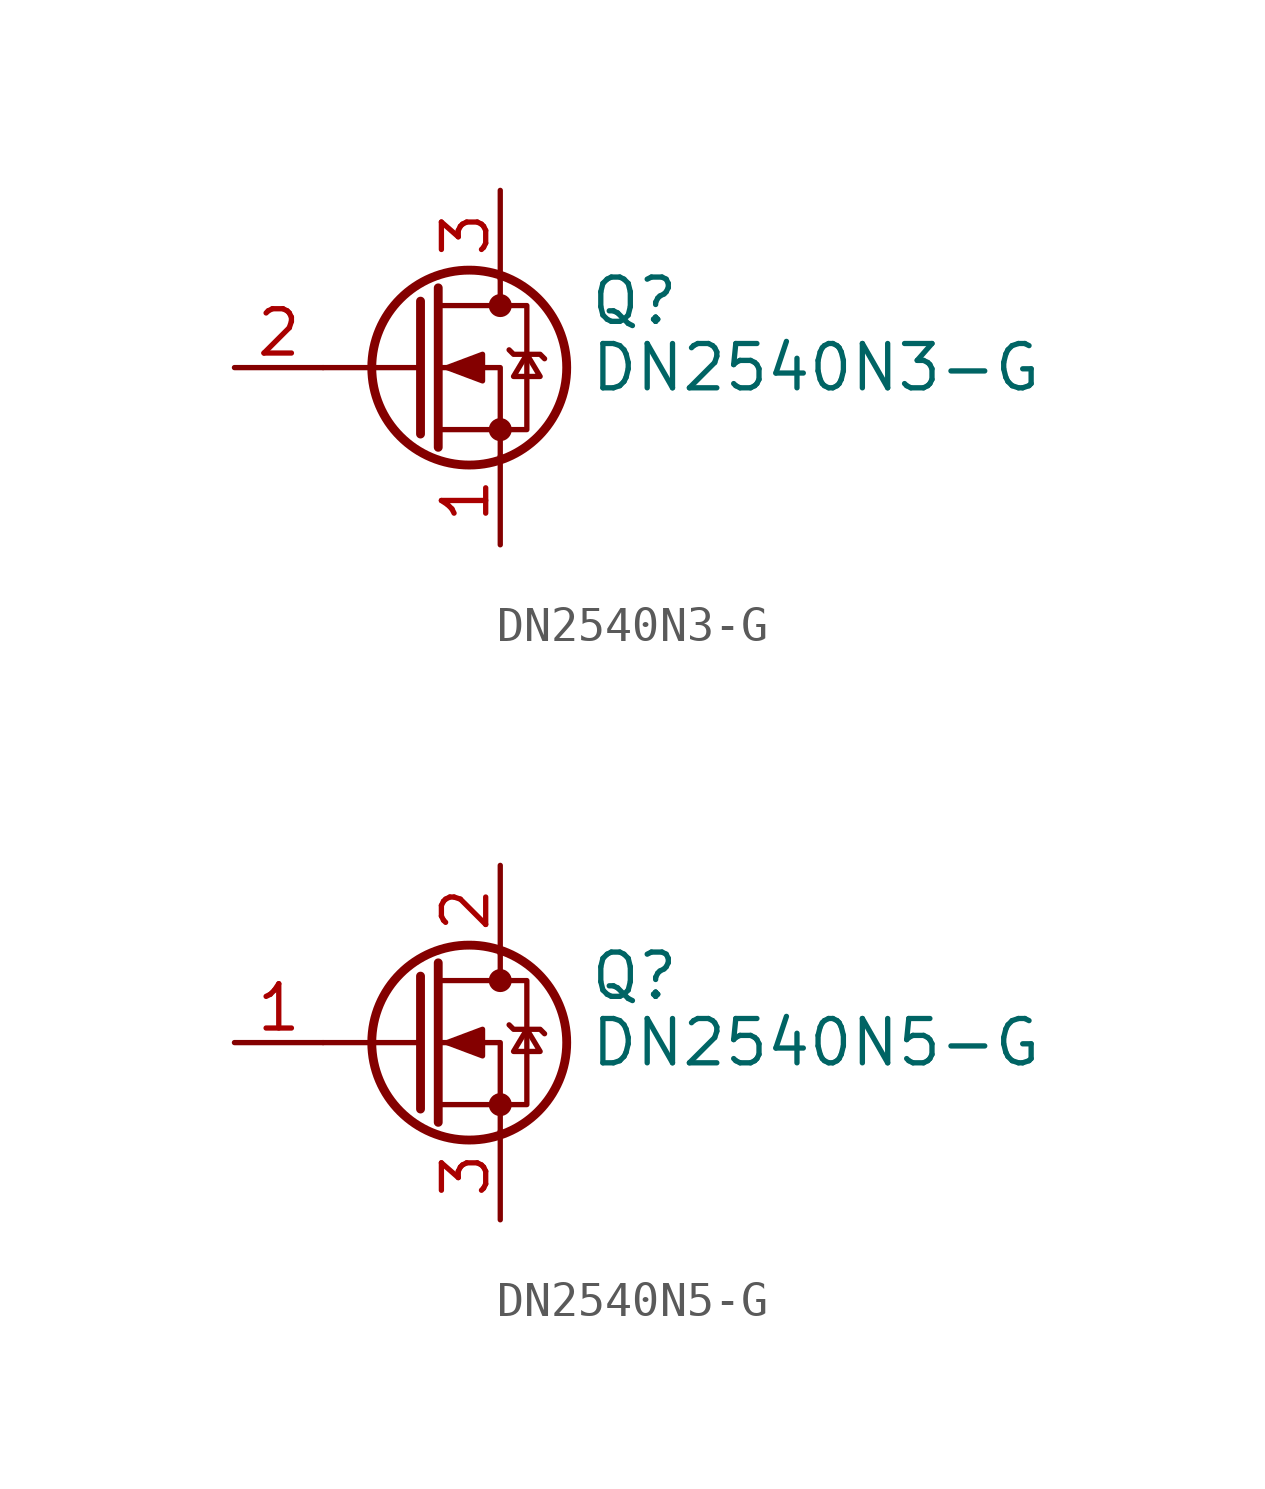
<source format=kicad_sym>
(kicad_symbol_lib
  (version 20231120)
  (generator "kicad_symbol_editor")
  (generator_version "8.0")
  (symbol "DN2540N3-G"
    (pin_names
      (offset 0) hide)
    (property "Reference" "Q"
      (at 5.08 1.905 0)
      (effects (font (size 1.27 1.27)) (justify left)))
    (property "Value" "DN2540N3-G"
      (at 5.08 0 0)
      (effects (font (size 1.27 1.27)) (justify left)))
    (symbol "DN2540N3-G_0_1"
      (polyline (pts (xy 0.254 0) (xy -2.54 0)) (stroke (width 0) (type default)) (fill (type none)))
      (polyline (pts (xy 0.254 1.905) (xy 0.254 -1.905)) (stroke (width 0.254) (type default)) (fill (type none)))
      (polyline (pts (xy 0.762 2.286) (xy 0.762 -2.286)) (stroke (width 0.254) (type default)) (fill (type none)))
      (polyline (pts (xy 2.54 2.54) (xy 2.54 1.778)) (stroke (width 0) (type default)) (fill (type none)))
      (polyline (pts (xy 2.54 -2.54) (xy 2.54 0) (xy 0.762 0)) (stroke (width 0) (type default)) (fill (type none)))
      (polyline (pts (xy 0.762 -1.778) (xy 3.302 -1.778) (xy 3.302 1.778) (xy 0.762 1.778)) (stroke (width 0) (type default)) (fill (type none)))
      (polyline (pts (xy 1.016 0) (xy 2.032 0.381) (xy 2.032 -0.381) (xy 1.016 0)) (stroke (width 0) (type default)) (fill (type outline)))
      (polyline (pts (xy 2.794 0.508) (xy 2.921 0.381) (xy 3.683 0.381) (xy 3.81 0.254)) (stroke (width 0) (type default)) (fill (type none)))
      (polyline (pts (xy 3.302 0.381) (xy 2.921 -0.254) (xy 3.683 -0.254) (xy 3.302 0.381)) (stroke (width 0) (type default)) (fill (type none)))
      (circle (center 1.651 0) (radius 2.794) (stroke (width 0.254) (type default)) (fill (type none)))
      (circle (center 2.54 -1.778) (radius 0.254) (stroke (width 0) (type default)) (fill (type outline)))
      (circle (center 2.54 1.778) (radius 0.254) (stroke (width 0) (type default)) (fill (type outline))))
    (symbol "DN2540N3-G_1_1"
      (pin passive line (at 2.54 -5.08 90) (length 2.54) (name "S" (effects (font (size 1.27 1.27)))) (number "1" (effects (font (size 1.27 1.27)))))
      (pin input line (at -5.08 0 0) (length 2.54) (name "G" (effects (font (size 1.27 1.27)))) (number "2" (effects (font (size 1.27 1.27)))))
      (pin passive line (at 2.54 5.08 270) (length 2.54) (name "D" (effects (font (size 1.27 1.27)))) (number "3" (effects (font (size 1.27 1.27)))))))
  (symbol "DN2540N5-G"
    (pin_names
      (offset 0) hide)
    (property "Reference" "Q"
      (at 5.08 1.905 0)
      (effects (font (size 1.27 1.27)) (justify left)))
    (property "Value" "DN2540N5-G"
      (at 5.08 0 0)
      (effects (font (size 1.27 1.27)) (justify left)))
    (symbol "DN2540N5-G_0_1"
      (polyline (pts (xy 0.254 0) (xy -2.54 0)) (stroke (width 0) (type default)) (fill (type none)))
      (polyline (pts (xy 0.254 1.905) (xy 0.254 -1.905)) (stroke (width 0.254) (type default)) (fill (type none)))
      (polyline (pts (xy 0.762 2.286) (xy 0.762 -2.286)) (stroke (width 0.254) (type default)) (fill (type none)))
      (polyline (pts (xy 2.54 2.54) (xy 2.54 1.778)) (stroke (width 0) (type default)) (fill (type none)))
      (polyline (pts (xy 2.54 -2.54) (xy 2.54 0) (xy 0.762 0)) (stroke (width 0) (type default)) (fill (type none)))
      (polyline (pts (xy 0.762 -1.778) (xy 3.302 -1.778) (xy 3.302 1.778) (xy 0.762 1.778)) (stroke (width 0) (type default)) (fill (type none)))
      (polyline (pts (xy 1.016 0) (xy 2.032 0.381) (xy 2.032 -0.381) (xy 1.016 0)) (stroke (width 0) (type default)) (fill (type outline)))
      (polyline (pts (xy 2.794 0.508) (xy 2.921 0.381) (xy 3.683 0.381) (xy 3.81 0.254)) (stroke (width 0) (type default)) (fill (type none)))
      (polyline (pts (xy 3.302 0.381) (xy 2.921 -0.254) (xy 3.683 -0.254) (xy 3.302 0.381)) (stroke (width 0) (type default)) (fill (type none)))
      (circle (center 1.651 0) (radius 2.794) (stroke (width 0.254) (type default)) (fill (type none)))
      (circle (center 2.54 -1.778) (radius 0.254) (stroke (width 0) (type default)) (fill (type outline)))
      (circle (center 2.54 1.778) (radius 0.254) (stroke (width 0) (type default)) (fill (type outline))))
    (symbol "DN2540N5-G_1_1"
      (pin input line (at -5.08 0 0) (length 2.54) (name "G" (effects (font (size 1.27 1.27)))) (number "1" (effects (font (size 1.27 1.27)))))
      (pin passive line (at 2.54 5.08 270) (length 2.54) (name "D" (effects (font (size 1.27 1.27)))) (number "2" (effects (font (size 1.27 1.27)))))
      (pin passive line (at 2.54 -5.08 90) (length 2.54) (name "S" (effects (font (size 1.27 1.27)))) (number "3" (effects (font (size 1.27 1.27))))))))
</source>
